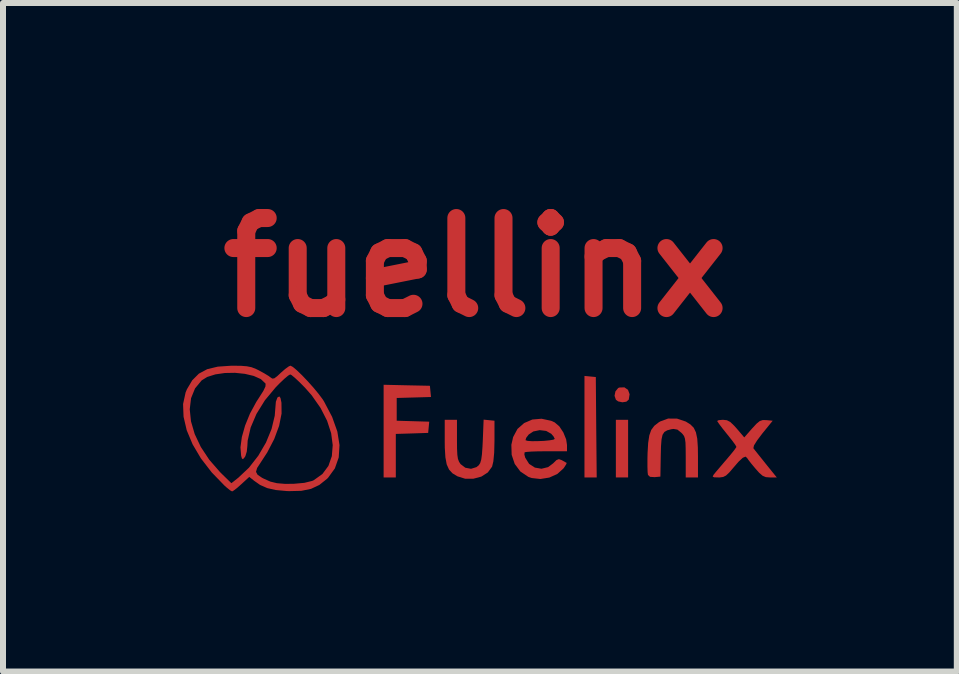
<source format=kicad_pcb>
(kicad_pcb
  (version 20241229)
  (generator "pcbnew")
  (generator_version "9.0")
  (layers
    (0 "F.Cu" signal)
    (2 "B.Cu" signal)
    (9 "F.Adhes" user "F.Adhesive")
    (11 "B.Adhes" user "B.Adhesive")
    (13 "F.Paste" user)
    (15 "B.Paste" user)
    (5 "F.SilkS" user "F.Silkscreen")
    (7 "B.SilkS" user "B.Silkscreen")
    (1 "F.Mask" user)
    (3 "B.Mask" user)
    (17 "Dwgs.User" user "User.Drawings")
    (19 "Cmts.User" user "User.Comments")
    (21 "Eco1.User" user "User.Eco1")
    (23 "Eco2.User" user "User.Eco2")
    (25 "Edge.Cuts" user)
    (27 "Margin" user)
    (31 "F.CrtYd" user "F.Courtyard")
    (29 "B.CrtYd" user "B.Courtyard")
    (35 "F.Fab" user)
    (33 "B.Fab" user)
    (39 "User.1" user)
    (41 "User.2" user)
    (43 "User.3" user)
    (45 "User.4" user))
  (footprint "fuellinx"
    (layer "F.Cu")
    (at 4.874 3.944)
    (property "Reference" "fuellinx" (at 0 -2.54 0) (layer "F.Cu") (effects (font (size 1.5 1.5) (thickness 0.3))))
    (attr board_only exclude_from_pos_files exclude_from_bom)
    (fp_poly (pts (xy 1.907 -0.722) (xy 2.002 -0.713) (xy 2.009 0.124) (xy 2.017 0.96) (xy 1.915 0.96) (xy 1.813 0.96) (xy 1.813 0.115) (xy 1.813 -0.731)) (stroke (width 0) (type solid)) (fill yes) (layer "F.Cu"))
    (fp_poly (pts (xy 2.54 0.48) (xy 2.54 0.96) (xy 2.438 0.96) (xy 2.336 0.96) (xy 2.336 0.48) (xy 2.336 0) (xy 2.438 0) (xy 2.54 0)) (stroke (width 0) (type solid)) (fill yes) (layer "F.Cu"))
    (fp_poly (pts (xy 2.538 -0.5) (xy 2.565 -0.427) (xy 2.551 -0.337) (xy 2.511 -0.302) (xy 2.444 -0.292) (xy 2.374 -0.307) (xy 2.337 -0.334) (xy 2.314 -0.4) (xy 2.329 -0.474) (xy 2.374 -0.529) (xy 2.393 -0.538) (xy 2.478 -0.541)) (stroke (width 0) (type solid)) (fill yes) (layer "F.Cu"))
    (fp_poly (pts (xy -1.148 -0.575) (xy -0.762 -0.567) (xy -0.753 -0.474) (xy -0.744 -0.38) (xy -1.03 -0.372) (xy -1.315 -0.364) (xy -1.315 -0.175) (xy -1.315 0.015) (xy -1.044 0.023) (xy -0.773 0.031) (xy -0.782 0.125) (xy -0.791 0.218) (xy -1.061 0.227) (xy -1.33 0.235) (xy -1.33 0.598) (xy -1.33 0.96) (xy -1.431 0.96) (xy -1.533 0.96) (xy -1.533 0.188) (xy -1.533 -0.584)) (stroke (width 0) (type solid)) (fill yes) (layer "F.Cu"))
    (fp_poly (pts (xy 0.224 0.006) (xy 0.314 0.015) (xy 0.314 0.349) (xy 0.309 0.548) (xy 0.295 0.693) (xy 0.274 0.78) (xy 0.203 0.877) (xy 0.095 0.946) (xy -0.036 0.981) (xy -0.176 0.981) (xy -0.304 0.941) (xy -0.385 0.892) (xy -0.443 0.829) (xy -0.482 0.743) (xy -0.504 0.624) (xy -0.514 0.462) (xy -0.515 0.353) (xy -0.515 0) (xy -0.413 0) (xy -0.311 0) (xy -0.311 0.331) (xy -0.31 0.478) (xy -0.305 0.581) (xy -0.295 0.65) (xy -0.277 0.698) (xy -0.251 0.738) (xy -0.172 0.798) (xy -0.077 0.816) (xy 0.014 0.788) (xy 0.052 0.757) (xy 0.076 0.72) (xy 0.093 0.663) (xy 0.105 0.576) (xy 0.114 0.448) (xy 0.119 0.348) (xy 0.133 -0.003)) (stroke (width 0) (type solid)) (fill yes) (layer "F.Cu"))
    (fp_poly (pts (xy 3.355 -0.02) (xy 3.501 0.029) (xy 3.578 0.077) (xy 3.634 0.133) (xy 3.67 0.209) (xy 3.692 0.314) (xy 3.702 0.459) (xy 3.704 0.61) (xy 3.704 0.96) (xy 3.602 0.96) (xy 3.5 0.96) (xy 3.5 0.624) (xy 3.499 0.479) (xy 3.496 0.38) (xy 3.487 0.314) (xy 3.472 0.27) (xy 3.446 0.235) (xy 3.425 0.214) (xy 3.361 0.163) (xy 3.295 0.152) (xy 3.259 0.157) (xy 3.192 0.175) (xy 3.145 0.202) (xy 3.114 0.249) (xy 3.097 0.325) (xy 3.088 0.44) (xy 3.084 0.599) (xy 3.078 0.946) (xy 2.983 0.955) (xy 2.905 0.95) (xy 2.871 0.918) (xy 2.865 0.871) (xy 2.862 0.781) (xy 2.862 0.66) (xy 2.864 0.558) (xy 2.874 0.386) (xy 2.893 0.26) (xy 2.925 0.169) (xy 2.976 0.1) (xy 3.05 0.042) (xy 3.073 0.028) (xy 3.206 -0.021)) (stroke (width 0) (type solid)) (fill yes) (layer "F.Cu"))
    (fp_poly (pts (xy 1.257 0.016) (xy 1.317 0.043) (xy 1.394 0.109) (xy 1.461 0.21) (xy 1.508 0.326) (xy 1.522 0.419) (xy 1.522 0.524) (xy 1.177 0.524) (xy 1.042 0.525) (xy 0.928 0.529) (xy 0.848 0.535) (xy 0.816 0.541) (xy 0.812 0.578) (xy 0.826 0.631) (xy 0.891 0.734) (xy 0.987 0.796) (xy 1.097 0.815) (xy 1.207 0.788) (xy 1.29 0.726) (xy 1.346 0.671) (xy 1.387 0.655) (xy 1.432 0.671) (xy 1.44 0.675) (xy 1.493 0.705) (xy 1.517 0.718) (xy 1.508 0.742) (xy 1.474 0.795) (xy 1.462 0.811) (xy 1.361 0.902) (xy 1.228 0.962) (xy 1.079 0.986) (xy 0.935 0.97) (xy 0.879 0.951) (xy 0.745 0.861) (xy 0.651 0.735) (xy 0.6 0.583) (xy 0.595 0.416) (xy 0.613 0.338) (xy 0.831 0.338) (xy 0.832 0.34) (xy 0.866 0.351) (xy 0.939 0.356) (xy 1.035 0.355) (xy 1.137 0.351) (xy 1.229 0.342) (xy 1.295 0.331) (xy 1.318 0.318) (xy 1.299 0.279) (xy 1.26 0.233) (xy 1.175 0.185) (xy 1.067 0.172) (xy 0.961 0.194) (xy 0.884 0.245) (xy 0.843 0.299) (xy 0.831 0.338) (xy 0.613 0.338) (xy 0.624 0.288) (xy 0.697 0.152) (xy 0.808 0.054) (xy 0.945 -0.005) (xy 1.098 -0.018)) (stroke (width 0) (type solid)) (fill yes) (layer "F.Cu"))
    (fp_poly (pts (xy 4.186 0.007) (xy 4.242 0.036) (xy 4.305 0.096) (xy 4.35 0.146) (xy 4.475 0.293) (xy 4.606 0.144) (xy 4.68 0.064) (xy 4.733 0.021) (xy 4.783 0.004) (xy 4.843 0.005) (xy 4.949 0.015) (xy 4.776 0.228) (xy 4.688 0.345) (xy 4.637 0.427) (xy 4.627 0.473) (xy 4.629 0.476) (xy 4.657 0.512) (xy 4.712 0.581) (xy 4.786 0.673) (xy 4.835 0.735) (xy 5.017 0.96) (xy 4.902 0.96) (xy 4.835 0.955) (xy 4.782 0.933) (xy 4.725 0.884) (xy 4.66 0.811) (xy 4.594 0.732) (xy 4.545 0.669) (xy 4.523 0.637) (xy 4.497 0.613) (xy 4.451 0.632) (xy 4.38 0.698) (xy 4.303 0.787) (xy 4.227 0.876) (xy 4.172 0.928) (xy 4.124 0.952) (xy 4.067 0.96) (xy 4.045 0.96) (xy 3.973 0.958) (xy 3.949 0.946) (xy 3.963 0.917) (xy 3.969 0.909) (xy 4.005 0.865) (xy 4.069 0.79) (xy 4.147 0.698) (xy 4.176 0.665) (xy 4.251 0.576) (xy 4.309 0.504) (xy 4.341 0.458) (xy 4.344 0.45) (xy 4.327 0.419) (xy 4.281 0.355) (xy 4.214 0.27) (xy 4.184 0.233) (xy 4.112 0.143) (xy 4.057 0.07) (xy 4.027 0.026) (xy 4.024 0.019) (xy 4.049 0.006) (xy 4.112 0.000131) (xy 4.124 0)) (stroke (width 0) (type solid)) (fill yes) (layer "F.Cu"))
    (fp_poly (pts (xy -3.045 -0.881) (xy -2.977 -0.824) (xy -2.891 -0.741) (xy -2.796 -0.641) (xy -2.701 -0.535) (xy -2.616 -0.432) (xy -2.548 -0.341) (xy -2.527 -0.308) (xy -2.391 -0.049) (xy -2.304 0.195) (xy -2.268 0.421) (xy -2.281 0.627) (xy -2.345 0.809) (xy -2.458 0.965) (xy -2.477 0.984) (xy -2.604 1.085) (xy -2.742 1.15) (xy -2.903 1.183) (xy -3.102 1.188) (xy -3.143 1.187) (xy -3.328 1.17) (xy -3.471 1.138) (xy -3.591 1.085) (xy -3.692 1.014) (xy -3.771 0.951) (xy -3.903 1.072) (xy -3.975 1.136) (xy -4.032 1.179) (xy -4.057 1.193) (xy -4.09 1.175) (xy -4.148 1.128) (xy -4.182 1.098) (xy -4.397 0.876) (xy -4.576 0.644) (xy -4.715 0.409) (xy -4.813 0.175) (xy -4.866 -0.051) (xy -4.871 -0.175) (xy -4.763 -0.175) (xy -4.742 0.026) (xy -4.68 0.238) (xy -4.578 0.453) (xy -4.437 0.666) (xy -4.259 0.87) (xy -4.23 0.899) (xy -4.069 1.056) (xy -3.952 0.963) (xy -3.776 0.797) (xy -3.621 0.598) (xy -3.493 0.379) (xy -3.4 0.153) (xy -3.347 -0.068) (xy -3.337 -0.193) (xy -3.328 -0.302) (xy -3.303 -0.369) (xy -3.296 -0.377) (xy -3.269 -0.389) (xy -3.251 -0.363) (xy -3.236 -0.29) (xy -3.235 -0.282) (xy -3.233 -0.104) (xy -3.274 0.1) (xy -3.355 0.319) (xy -3.472 0.544) (xy -3.581 0.711) (xy -3.641 0.803) (xy -3.659 0.867) (xy -3.632 0.916) (xy -3.558 0.966) (xy -3.528 0.981) (xy -3.421 1.029) (xy -3.31 1.056) (xy -3.178 1.067) (xy -3.032 1.066) (xy -2.854 1.05) (xy -2.724 1.018) (xy -2.697 1.006) (xy -2.553 0.903) (xy -2.453 0.768) (xy -2.396 0.606) (xy -2.381 0.422) (xy -2.407 0.224) (xy -2.475 0.015) (xy -2.584 -0.198) (xy -2.732 -0.409) (xy -2.843 -0.535) (xy -2.934 -0.627) (xy -3.012 -0.7) (xy -3.068 -0.746) (xy -3.09 -0.756) (xy -3.124 -0.736) (xy -3.187 -0.683) (xy -3.27 -0.604) (xy -3.333 -0.539) (xy -3.511 -0.325) (xy -3.651 -0.099) (xy -3.748 0.128) (xy -3.798 0.347) (xy -3.803 0.436) (xy -3.813 0.53) (xy -3.836 0.605) (xy -3.846 0.622) (xy -3.876 0.656) (xy -3.894 0.644) (xy -3.907 0.598) (xy -3.918 0.458) (xy -3.895 0.287) (xy -3.841 0.096) (xy -3.76 -0.103) (xy -3.655 -0.297) (xy -3.604 -0.376) (xy -3.536 -0.483) (xy -3.502 -0.555) (xy -3.499 -0.6) (xy -3.503 -0.607) (xy -3.578 -0.678) (xy -3.697 -0.731) (xy -3.845 -0.766) (xy -4.009 -0.783) (xy -4.177 -0.78) (xy -4.336 -0.757) (xy -4.472 -0.714) (xy -4.564 -0.657) (xy -4.675 -0.523) (xy -4.741 -0.36) (xy -4.763 -0.175) (xy -4.871 -0.175) (xy -4.874 -0.263) (xy -4.832 -0.456) (xy -4.81 -0.509) (xy -4.721 -0.659) (xy -4.611 -0.769) (xy -4.471 -0.844) (xy -4.295 -0.886) (xy -4.074 -0.901) (xy -4.054 -0.901) (xy -3.913 -0.9) (xy -3.812 -0.892) (xy -3.733 -0.876) (xy -3.659 -0.847) (xy -3.618 -0.827) (xy -3.526 -0.777) (xy -3.45 -0.731) (xy -3.419 -0.708) (xy -3.388 -0.687) (xy -3.354 -0.691) (xy -3.306 -0.727) (xy -3.246 -0.783) (xy -3.173 -0.847) (xy -3.113 -0.89) (xy -3.085 -0.902)) (stroke (width 0) (type solid)) (fill yes) (layer "F.Cu")))
  (gr_rect
    (start -3 -3)
    (end 12.89 8.137)
    (stroke (width 0.1) (type default))
    (fill no)
    (layer "Edge.Cuts")))
</source>
